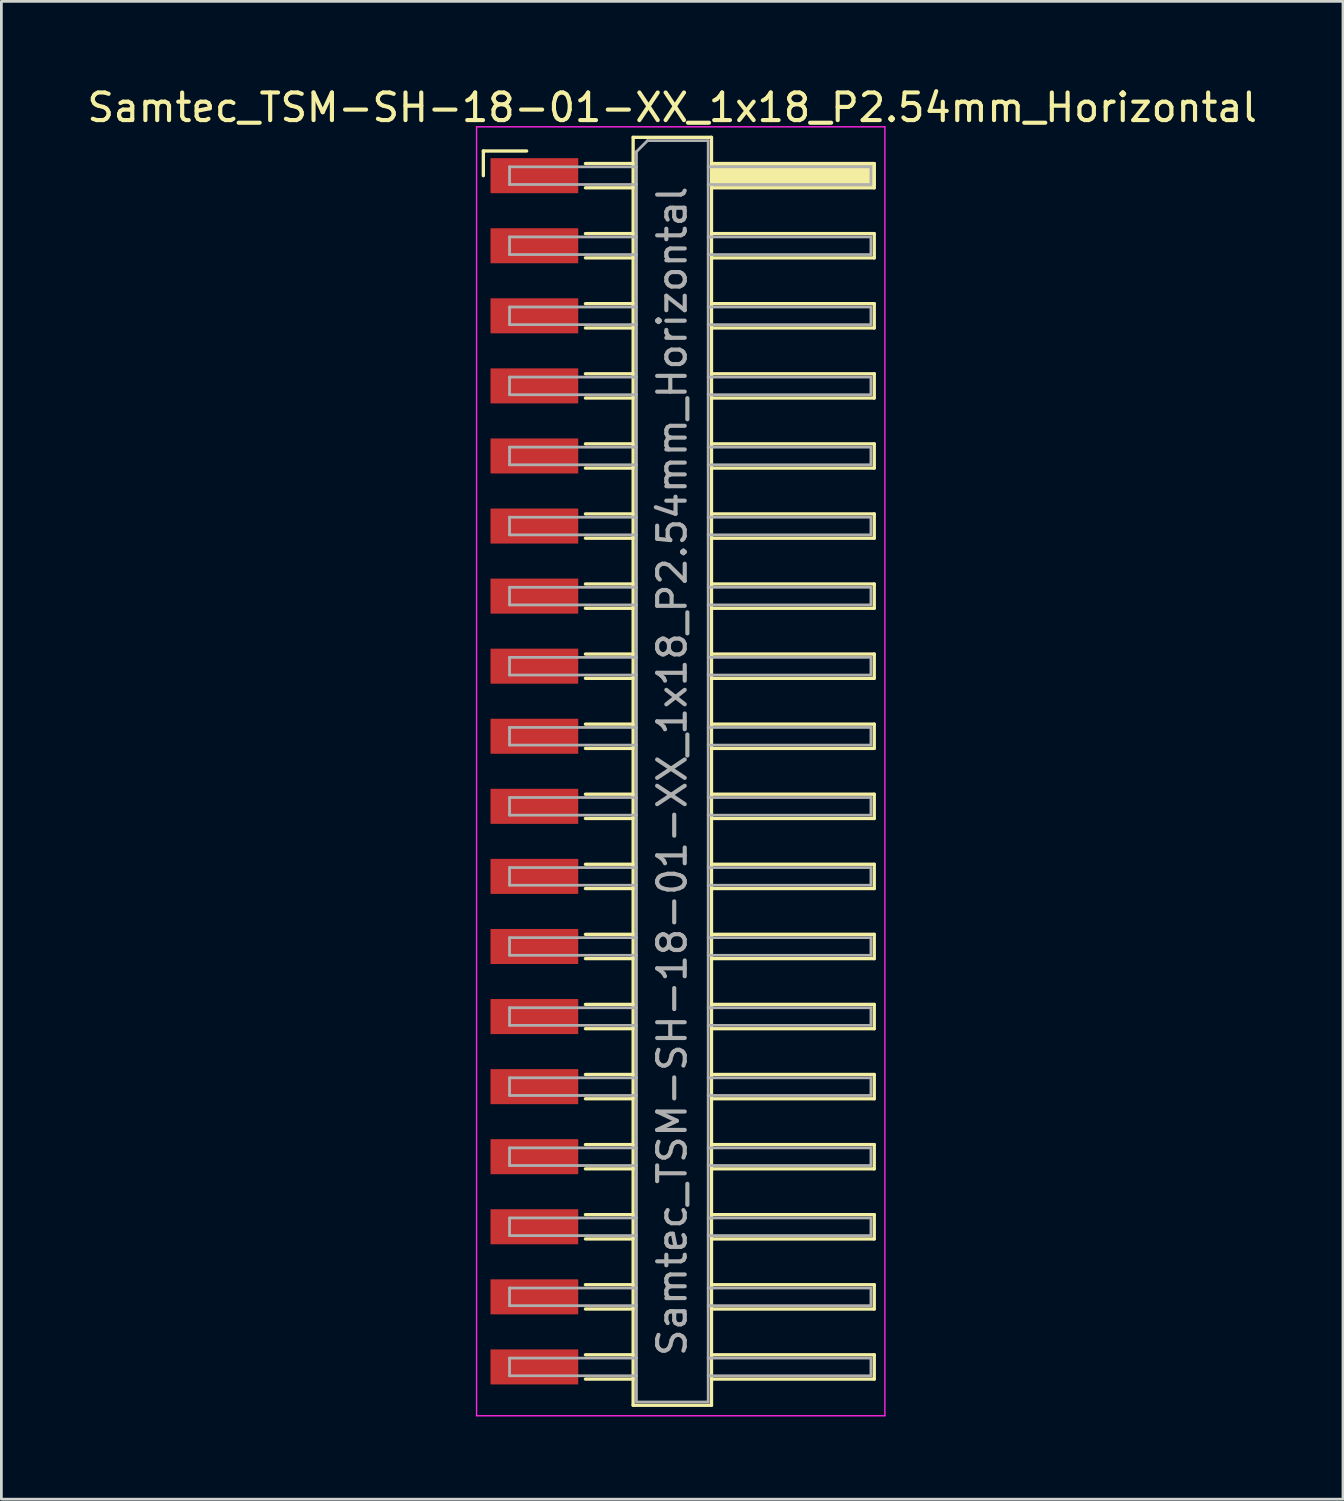
<source format=kicad_pcb>
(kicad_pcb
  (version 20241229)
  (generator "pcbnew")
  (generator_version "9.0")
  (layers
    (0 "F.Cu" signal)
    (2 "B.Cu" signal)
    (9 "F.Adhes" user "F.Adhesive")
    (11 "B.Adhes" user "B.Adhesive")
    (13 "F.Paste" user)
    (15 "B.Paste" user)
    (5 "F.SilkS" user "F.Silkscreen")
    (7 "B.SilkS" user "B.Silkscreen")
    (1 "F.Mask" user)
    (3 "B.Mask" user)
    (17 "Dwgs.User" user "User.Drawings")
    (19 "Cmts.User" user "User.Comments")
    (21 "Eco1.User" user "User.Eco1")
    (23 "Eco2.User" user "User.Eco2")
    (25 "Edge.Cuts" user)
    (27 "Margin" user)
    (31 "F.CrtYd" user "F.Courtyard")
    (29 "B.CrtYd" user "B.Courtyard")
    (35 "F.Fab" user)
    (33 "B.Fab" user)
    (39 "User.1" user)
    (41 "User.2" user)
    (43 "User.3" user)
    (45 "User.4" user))
  (footprint "Samtec_TSM-SH-18-01-XX_1x18_P2.54mm_Horizontal"
    (layer "F.Cu")
    (at 21.505 24.908)
    (property "Reference" "Samtec_TSM-SH-18-01-XX_1x18_P2.54mm_Horizontal" (at -0.19 -24.06 0) (layer "F.SilkS") (effects (font (size 1 1) (thickness 0.15))))
    (attr smd)
    (fp_line (start -7.035 -22.485) (end -5.465 -22.485) (stroke (width 0.12) (type solid)) (layer "F.SilkS"))
    (fp_line (start -7.035 -21.59) (end -7.035 -22.485) (stroke (width 0.12) (type solid)) (layer "F.SilkS"))
    (fp_line (start -3.335 -22.03) (end -1.605 -22.03) (stroke (width 0.12) (type solid)) (layer "F.SilkS"))
    (fp_line (start -3.335 -21.15) (end -1.605 -21.15) (stroke (width 0.12) (type solid)) (layer "F.SilkS"))
    (fp_line (start -3.335 -19.49) (end -1.605 -19.49) (stroke (width 0.12) (type solid)) (layer "F.SilkS"))
    (fp_line (start -3.335 -18.61) (end -1.605 -18.61) (stroke (width 0.12) (type solid)) (layer "F.SilkS"))
    (fp_line (start -3.335 -16.95) (end -1.605 -16.95) (stroke (width 0.12) (type solid)) (layer "F.SilkS"))
    (fp_line (start -3.335 -16.07) (end -1.605 -16.07) (stroke (width 0.12) (type solid)) (layer "F.SilkS"))
    (fp_line (start -3.335 -14.41) (end -1.605 -14.41) (stroke (width 0.12) (type solid)) (layer "F.SilkS"))
    (fp_line (start -3.335 -13.53) (end -1.605 -13.53) (stroke (width 0.12) (type solid)) (layer "F.SilkS"))
    (fp_line (start -3.335 -11.87) (end -1.605 -11.87) (stroke (width 0.12) (type solid)) (layer "F.SilkS"))
    (fp_line (start -3.335 -10.99) (end -1.605 -10.99) (stroke (width 0.12) (type solid)) (layer "F.SilkS"))
    (fp_line (start -3.335 -9.33) (end -1.605 -9.33) (stroke (width 0.12) (type solid)) (layer "F.SilkS"))
    (fp_line (start -3.335 -8.45) (end -1.605 -8.45) (stroke (width 0.12) (type solid)) (layer "F.SilkS"))
    (fp_line (start -3.335 -6.79) (end -1.605 -6.79) (stroke (width 0.12) (type solid)) (layer "F.SilkS"))
    (fp_line (start -3.335 -5.91) (end -1.605 -5.91) (stroke (width 0.12) (type solid)) (layer "F.SilkS"))
    (fp_line (start -3.335 -4.25) (end -1.605 -4.25) (stroke (width 0.12) (type solid)) (layer "F.SilkS"))
    (fp_line (start -3.335 -3.37) (end -1.605 -3.37) (stroke (width 0.12) (type solid)) (layer "F.SilkS"))
    (fp_line (start -3.335 -1.71) (end -1.605 -1.71) (stroke (width 0.12) (type solid)) (layer "F.SilkS"))
    (fp_line (start -3.335 -0.83) (end -1.605 -0.83) (stroke (width 0.12) (type solid)) (layer "F.SilkS"))
    (fp_line (start -3.335 0.83) (end -1.605 0.83) (stroke (width 0.12) (type solid)) (layer "F.SilkS"))
    (fp_line (start -3.335 1.71) (end -1.605 1.71) (stroke (width 0.12) (type solid)) (layer "F.SilkS"))
    (fp_line (start -3.335 3.37) (end -1.605 3.37) (stroke (width 0.12) (type solid)) (layer "F.SilkS"))
    (fp_line (start -3.335 4.25) (end -1.605 4.25) (stroke (width 0.12) (type solid)) (layer "F.SilkS"))
    (fp_line (start -3.335 5.91) (end -1.605 5.91) (stroke (width 0.12) (type solid)) (layer "F.SilkS"))
    (fp_line (start -3.335 6.79) (end -1.605 6.79) (stroke (width 0.12) (type solid)) (layer "F.SilkS"))
    (fp_line (start -3.335 8.45) (end -1.605 8.45) (stroke (width 0.12) (type solid)) (layer "F.SilkS"))
    (fp_line (start -3.335 9.33) (end -1.605 9.33) (stroke (width 0.12) (type solid)) (layer "F.SilkS"))
    (fp_line (start -3.335 10.99) (end -1.605 10.99) (stroke (width 0.12) (type solid)) (layer "F.SilkS"))
    (fp_line (start -3.335 11.87) (end -1.605 11.87) (stroke (width 0.12) (type solid)) (layer "F.SilkS"))
    (fp_line (start -3.335 13.53) (end -1.605 13.53) (stroke (width 0.12) (type solid)) (layer "F.SilkS"))
    (fp_line (start -3.335 14.41) (end -1.605 14.41) (stroke (width 0.12) (type solid)) (layer "F.SilkS"))
    (fp_line (start -3.335 16.07) (end -1.605 16.07) (stroke (width 0.12) (type solid)) (layer "F.SilkS"))
    (fp_line (start -3.335 16.95) (end -1.605 16.95) (stroke (width 0.12) (type solid)) (layer "F.SilkS"))
    (fp_line (start -3.335 18.61) (end -1.605 18.61) (stroke (width 0.12) (type solid)) (layer "F.SilkS"))
    (fp_line (start -3.335 19.49) (end -1.605 19.49) (stroke (width 0.12) (type solid)) (layer "F.SilkS"))
    (fp_line (start -3.335 21.15) (end -1.605 21.15) (stroke (width 0.12) (type solid)) (layer "F.SilkS"))
    (fp_line (start -3.335 22.03) (end -1.605 22.03) (stroke (width 0.12) (type solid)) (layer "F.SilkS"))
    (fp_line (start -1.605 -22.98) (end 1.235 -22.98) (stroke (width 0.12) (type solid)) (layer "F.SilkS"))
    (fp_line (start -1.605 22.98) (end -1.605 -22.98) (stroke (width 0.12) (type solid)) (layer "F.SilkS"))
    (fp_line (start 1.235 -22.98) (end 1.235 22.98) (stroke (width 0.12) (type solid)) (layer "F.SilkS"))
    (fp_line (start 1.235 -22.03) (end 7.135 -22.03) (stroke (width 0.12) (type solid)) (layer "F.SilkS"))
    (fp_line (start 1.235 -19.49) (end 7.135 -19.49) (stroke (width 0.12) (type solid)) (layer "F.SilkS"))
    (fp_line (start 1.235 -16.95) (end 7.135 -16.95) (stroke (width 0.12) (type solid)) (layer "F.SilkS"))
    (fp_line (start 1.235 -14.41) (end 7.135 -14.41) (stroke (width 0.12) (type solid)) (layer "F.SilkS"))
    (fp_line (start 1.235 -11.87) (end 7.135 -11.87) (stroke (width 0.12) (type solid)) (layer "F.SilkS"))
    (fp_line (start 1.235 -9.33) (end 7.135 -9.33) (stroke (width 0.12) (type solid)) (layer "F.SilkS"))
    (fp_line (start 1.235 -6.79) (end 7.135 -6.79) (stroke (width 0.12) (type solid)) (layer "F.SilkS"))
    (fp_line (start 1.235 -4.25) (end 7.135 -4.25) (stroke (width 0.12) (type solid)) (layer "F.SilkS"))
    (fp_line (start 1.235 -1.71) (end 7.135 -1.71) (stroke (width 0.12) (type solid)) (layer "F.SilkS"))
    (fp_line (start 1.235 0.83) (end 7.135 0.83) (stroke (width 0.12) (type solid)) (layer "F.SilkS"))
    (fp_line (start 1.235 3.37) (end 7.135 3.37) (stroke (width 0.12) (type solid)) (layer "F.SilkS"))
    (fp_line (start 1.235 5.91) (end 7.135 5.91) (stroke (width 0.12) (type solid)) (layer "F.SilkS"))
    (fp_line (start 1.235 8.45) (end 7.135 8.45) (stroke (width 0.12) (type solid)) (layer "F.SilkS"))
    (fp_line (start 1.235 10.99) (end 7.135 10.99) (stroke (width 0.12) (type solid)) (layer "F.SilkS"))
    (fp_line (start 1.235 13.53) (end 7.135 13.53) (stroke (width 0.12) (type solid)) (layer "F.SilkS"))
    (fp_line (start 1.235 16.07) (end 7.135 16.07) (stroke (width 0.12) (type solid)) (layer "F.SilkS"))
    (fp_line (start 1.235 18.61) (end 7.135 18.61) (stroke (width 0.12) (type solid)) (layer "F.SilkS"))
    (fp_line (start 1.235 21.15) (end 7.135 21.15) (stroke (width 0.12) (type solid)) (layer "F.SilkS"))
    (fp_line (start 1.235 22.98) (end -1.605 22.98) (stroke (width 0.12) (type solid)) (layer "F.SilkS"))
    (fp_line (start 7.135 -22.03) (end 7.135 -21.15) (stroke (width 0.12) (type solid)) (layer "F.SilkS"))
    (fp_line (start 7.135 -21.15) (end 1.235 -21.15) (stroke (width 0.12) (type solid)) (layer "F.SilkS"))
    (fp_line (start 7.135 -19.49) (end 7.135 -18.61) (stroke (width 0.12) (type solid)) (layer "F.SilkS"))
    (fp_line (start 7.135 -18.61) (end 1.235 -18.61) (stroke (width 0.12) (type solid)) (layer "F.SilkS"))
    (fp_line (start 7.135 -16.95) (end 7.135 -16.07) (stroke (width 0.12) (type solid)) (layer "F.SilkS"))
    (fp_line (start 7.135 -16.07) (end 1.235 -16.07) (stroke (width 0.12) (type solid)) (layer "F.SilkS"))
    (fp_line (start 7.135 -14.41) (end 7.135 -13.53) (stroke (width 0.12) (type solid)) (layer "F.SilkS"))
    (fp_line (start 7.135 -13.53) (end 1.235 -13.53) (stroke (width 0.12) (type solid)) (layer "F.SilkS"))
    (fp_line (start 7.135 -11.87) (end 7.135 -10.99) (stroke (width 0.12) (type solid)) (layer "F.SilkS"))
    (fp_line (start 7.135 -10.99) (end 1.235 -10.99) (stroke (width 0.12) (type solid)) (layer "F.SilkS"))
    (fp_line (start 7.135 -9.33) (end 7.135 -8.45) (stroke (width 0.12) (type solid)) (layer "F.SilkS"))
    (fp_line (start 7.135 -8.45) (end 1.235 -8.45) (stroke (width 0.12) (type solid)) (layer "F.SilkS"))
    (fp_line (start 7.135 -6.79) (end 7.135 -5.91) (stroke (width 0.12) (type solid)) (layer "F.SilkS"))
    (fp_line (start 7.135 -5.91) (end 1.235 -5.91) (stroke (width 0.12) (type solid)) (layer "F.SilkS"))
    (fp_line (start 7.135 -4.25) (end 7.135 -3.37) (stroke (width 0.12) (type solid)) (layer "F.SilkS"))
    (fp_line (start 7.135 -3.37) (end 1.235 -3.37) (stroke (width 0.12) (type solid)) (layer "F.SilkS"))
    (fp_line (start 7.135 -1.71) (end 7.135 -0.83) (stroke (width 0.12) (type solid)) (layer "F.SilkS"))
    (fp_line (start 7.135 -0.83) (end 1.235 -0.83) (stroke (width 0.12) (type solid)) (layer "F.SilkS"))
    (fp_line (start 7.135 0.83) (end 7.135 1.71) (stroke (width 0.12) (type solid)) (layer "F.SilkS"))
    (fp_line (start 7.135 1.71) (end 1.235 1.71) (stroke (width 0.12) (type solid)) (layer "F.SilkS"))
    (fp_line (start 7.135 3.37) (end 7.135 4.25) (stroke (width 0.12) (type solid)) (layer "F.SilkS"))
    (fp_line (start 7.135 4.25) (end 1.235 4.25) (stroke (width 0.12) (type solid)) (layer "F.SilkS"))
    (fp_line (start 7.135 5.91) (end 7.135 6.79) (stroke (width 0.12) (type solid)) (layer "F.SilkS"))
    (fp_line (start 7.135 6.79) (end 1.235 6.79) (stroke (width 0.12) (type solid)) (layer "F.SilkS"))
    (fp_line (start 7.135 8.45) (end 7.135 9.33) (stroke (width 0.12) (type solid)) (layer "F.SilkS"))
    (fp_line (start 7.135 9.33) (end 1.235 9.33) (stroke (width 0.12) (type solid)) (layer "F.SilkS"))
    (fp_line (start 7.135 10.99) (end 7.135 11.87) (stroke (width 0.12) (type solid)) (layer "F.SilkS"))
    (fp_line (start 7.135 11.87) (end 1.235 11.87) (stroke (width 0.12) (type solid)) (layer "F.SilkS"))
    (fp_line (start 7.135 13.53) (end 7.135 14.41) (stroke (width 0.12) (type solid)) (layer "F.SilkS"))
    (fp_line (start 7.135 14.41) (end 1.235 14.41) (stroke (width 0.12) (type solid)) (layer "F.SilkS"))
    (fp_line (start 7.135 16.07) (end 7.135 16.95) (stroke (width 0.12) (type solid)) (layer "F.SilkS"))
    (fp_line (start 7.135 16.95) (end 1.235 16.95) (stroke (width 0.12) (type solid)) (layer "F.SilkS"))
    (fp_line (start 7.135 18.61) (end 7.135 19.49) (stroke (width 0.12) (type solid)) (layer "F.SilkS"))
    (fp_line (start 7.135 19.49) (end 1.235 19.49) (stroke (width 0.12) (type solid)) (layer "F.SilkS"))
    (fp_line (start 7.135 21.15) (end 7.135 22.03) (stroke (width 0.12) (type solid)) (layer "F.SilkS"))
    (fp_line (start 7.135 22.03) (end 1.235 22.03) (stroke (width 0.12) (type solid)) (layer "F.SilkS"))
    (fp_line (start -7.28 -23.36) (end 7.52 -23.36) (stroke (width 0.05) (type solid)) (layer "F.CrtYd"))
    (fp_line (start -7.28 23.36) (end -7.28 -23.36) (stroke (width 0.05) (type solid)) (layer "F.CrtYd"))
    (fp_line (start 7.52 -23.36) (end 7.52 23.36) (stroke (width 0.05) (type solid)) (layer "F.CrtYd"))
    (fp_line (start 7.52 23.36) (end -7.28 23.36) (stroke (width 0.05) (type solid)) (layer "F.CrtYd"))
    (fp_line (start -6.085 -21.91) (end -6.085 -21.27) (stroke (width 0.1) (type solid)) (layer "F.Fab"))
    (fp_line (start -6.085 -21.27) (end -1.485 -21.27) (stroke (width 0.1) (type solid)) (layer "F.Fab"))
    (fp_line (start -6.085 -19.37) (end -6.085 -18.73) (stroke (width 0.1) (type solid)) (layer "F.Fab"))
    (fp_line (start -6.085 -18.73) (end -1.485 -18.73) (stroke (width 0.1) (type solid)) (layer "F.Fab"))
    (fp_line (start -6.085 -16.83) (end -6.085 -16.19) (stroke (width 0.1) (type solid)) (layer "F.Fab"))
    (fp_line (start -6.085 -16.19) (end -1.485 -16.19) (stroke (width 0.1) (type solid)) (layer "F.Fab"))
    (fp_line (start -6.085 -14.29) (end -6.085 -13.65) (stroke (width 0.1) (type solid)) (layer "F.Fab"))
    (fp_line (start -6.085 -13.65) (end -1.485 -13.65) (stroke (width 0.1) (type solid)) (layer "F.Fab"))
    (fp_line (start -6.085 -11.75) (end -6.085 -11.11) (stroke (width 0.1) (type solid)) (layer "F.Fab"))
    (fp_line (start -6.085 -11.11) (end -1.485 -11.11) (stroke (width 0.1) (type solid)) (layer "F.Fab"))
    (fp_line (start -6.085 -9.21) (end -6.085 -8.57) (stroke (width 0.1) (type solid)) (layer "F.Fab"))
    (fp_line (start -6.085 -8.57) (end -1.485 -8.57) (stroke (width 0.1) (type solid)) (layer "F.Fab"))
    (fp_line (start -6.085 -6.67) (end -6.085 -6.03) (stroke (width 0.1) (type solid)) (layer "F.Fab"))
    (fp_line (start -6.085 -6.03) (end -1.485 -6.03) (stroke (width 0.1) (type solid)) (layer "F.Fab"))
    (fp_line (start -6.085 -4.13) (end -6.085 -3.49) (stroke (width 0.1) (type solid)) (layer "F.Fab"))
    (fp_line (start -6.085 -3.49) (end -1.485 -3.49) (stroke (width 0.1) (type solid)) (layer "F.Fab"))
    (fp_line (start -6.085 -1.59) (end -6.085 -0.95) (stroke (width 0.1) (type solid)) (layer "F.Fab"))
    (fp_line (start -6.085 -0.95) (end -1.485 -0.95) (stroke (width 0.1) (type solid)) (layer "F.Fab"))
    (fp_line (start -6.085 0.95) (end -6.085 1.59) (stroke (width 0.1) (type solid)) (layer "F.Fab"))
    (fp_line (start -6.085 1.59) (end -1.485 1.59) (stroke (width 0.1) (type solid)) (layer "F.Fab"))
    (fp_line (start -6.085 3.49) (end -6.085 4.13) (stroke (width 0.1) (type solid)) (layer "F.Fab"))
    (fp_line (start -6.085 4.13) (end -1.485 4.13) (stroke (width 0.1) (type solid)) (layer "F.Fab"))
    (fp_line (start -6.085 6.03) (end -6.085 6.67) (stroke (width 0.1) (type solid)) (layer "F.Fab"))
    (fp_line (start -6.085 6.67) (end -1.485 6.67) (stroke (width 0.1) (type solid)) (layer "F.Fab"))
    (fp_line (start -6.085 8.57) (end -6.085 9.21) (stroke (width 0.1) (type solid)) (layer "F.Fab"))
    (fp_line (start -6.085 9.21) (end -1.485 9.21) (stroke (width 0.1) (type solid)) (layer "F.Fab"))
    (fp_line (start -6.085 11.11) (end -6.085 11.75) (stroke (width 0.1) (type solid)) (layer "F.Fab"))
    (fp_line (start -6.085 11.75) (end -1.485 11.75) (stroke (width 0.1) (type solid)) (layer "F.Fab"))
    (fp_line (start -6.085 13.65) (end -6.085 14.29) (stroke (width 0.1) (type solid)) (layer "F.Fab"))
    (fp_line (start -6.085 14.29) (end -1.485 14.29) (stroke (width 0.1) (type solid)) (layer "F.Fab"))
    (fp_line (start -6.085 16.19) (end -6.085 16.83) (stroke (width 0.1) (type solid)) (layer "F.Fab"))
    (fp_line (start -6.085 16.83) (end -1.485 16.83) (stroke (width 0.1) (type solid)) (layer "F.Fab"))
    (fp_line (start -6.085 18.73) (end -6.085 19.37) (stroke (width 0.1) (type solid)) (layer "F.Fab"))
    (fp_line (start -6.085 19.37) (end -1.485 19.37) (stroke (width 0.1) (type solid)) (layer "F.Fab"))
    (fp_line (start -6.085 21.27) (end -6.085 21.91) (stroke (width 0.1) (type solid)) (layer "F.Fab"))
    (fp_line (start -6.085 21.91) (end -1.485 21.91) (stroke (width 0.1) (type solid)) (layer "F.Fab"))
    (fp_line (start -1.485 -22.46) (end -1.085 -22.86) (stroke (width 0.1) (type solid)) (layer "F.Fab"))
    (fp_line (start -1.485 -21.91) (end -6.085 -21.91) (stroke (width 0.1) (type solid)) (layer "F.Fab"))
    (fp_line (start -1.485 -19.37) (end -6.085 -19.37) (stroke (width 0.1) (type solid)) (layer "F.Fab"))
    (fp_line (start -1.485 -16.83) (end -6.085 -16.83) (stroke (width 0.1) (type solid)) (layer "F.Fab"))
    (fp_line (start -1.485 -14.29) (end -6.085 -14.29) (stroke (width 0.1) (type solid)) (layer "F.Fab"))
    (fp_line (start -1.485 -11.75) (end -6.085 -11.75) (stroke (width 0.1) (type solid)) (layer "F.Fab"))
    (fp_line (start -1.485 -9.21) (end -6.085 -9.21) (stroke (width 0.1) (type solid)) (layer "F.Fab"))
    (fp_line (start -1.485 -6.67) (end -6.085 -6.67) (stroke (width 0.1) (type solid)) (layer "F.Fab"))
    (fp_line (start -1.485 -4.13) (end -6.085 -4.13) (stroke (width 0.1) (type solid)) (layer "F.Fab"))
    (fp_line (start -1.485 -1.59) (end -6.085 -1.59) (stroke (width 0.1) (type solid)) (layer "F.Fab"))
    (fp_line (start -1.485 0.95) (end -6.085 0.95) (stroke (width 0.1) (type solid)) (layer "F.Fab"))
    (fp_line (start -1.485 3.49) (end -6.085 3.49) (stroke (width 0.1) (type solid)) (layer "F.Fab"))
    (fp_line (start -1.485 6.03) (end -6.085 6.03) (stroke (width 0.1) (type solid)) (layer "F.Fab"))
    (fp_line (start -1.485 8.57) (end -6.085 8.57) (stroke (width 0.1) (type solid)) (layer "F.Fab"))
    (fp_line (start -1.485 11.11) (end -6.085 11.11) (stroke (width 0.1) (type solid)) (layer "F.Fab"))
    (fp_line (start -1.485 13.65) (end -6.085 13.65) (stroke (width 0.1) (type solid)) (layer "F.Fab"))
    (fp_line (start -1.485 16.19) (end -6.085 16.19) (stroke (width 0.1) (type solid)) (layer "F.Fab"))
    (fp_line (start -1.485 18.73) (end -6.085 18.73) (stroke (width 0.1) (type solid)) (layer "F.Fab"))
    (fp_line (start -1.485 21.27) (end -6.085 21.27) (stroke (width 0.1) (type solid)) (layer "F.Fab"))
    (fp_line (start -1.485 22.86) (end -1.485 -22.46) (stroke (width 0.1) (type solid)) (layer "F.Fab"))
    (fp_line (start -1.085 -22.86) (end 1.115 -22.86) (stroke (width 0.1) (type solid)) (layer "F.Fab"))
    (fp_line (start 1.115 -22.86) (end 1.115 22.86) (stroke (width 0.1) (type solid)) (layer "F.Fab"))
    (fp_line (start 1.115 -21.91) (end 7.015 -21.91) (stroke (width 0.1) (type solid)) (layer "F.Fab"))
    (fp_line (start 1.115 -19.37) (end 7.015 -19.37) (stroke (width 0.1) (type solid)) (layer "F.Fab"))
    (fp_line (start 1.115 -16.83) (end 7.015 -16.83) (stroke (width 0.1) (type solid)) (layer "F.Fab"))
    (fp_line (start 1.115 -14.29) (end 7.015 -14.29) (stroke (width 0.1) (type solid)) (layer "F.Fab"))
    (fp_line (start 1.115 -11.75) (end 7.015 -11.75) (stroke (width 0.1) (type solid)) (layer "F.Fab"))
    (fp_line (start 1.115 -9.21) (end 7.015 -9.21) (stroke (width 0.1) (type solid)) (layer "F.Fab"))
    (fp_line (start 1.115 -6.67) (end 7.015 -6.67) (stroke (width 0.1) (type solid)) (layer "F.Fab"))
    (fp_line (start 1.115 -4.13) (end 7.015 -4.13) (stroke (width 0.1) (type solid)) (layer "F.Fab"))
    (fp_line (start 1.115 -1.59) (end 7.015 -1.59) (stroke (width 0.1) (type solid)) (layer "F.Fab"))
    (fp_line (start 1.115 0.95) (end 7.015 0.95) (stroke (width 0.1) (type solid)) (layer "F.Fab"))
    (fp_line (start 1.115 3.49) (end 7.015 3.49) (stroke (width 0.1) (type solid)) (layer "F.Fab"))
    (fp_line (start 1.115 6.03) (end 7.015 6.03) (stroke (width 0.1) (type solid)) (layer "F.Fab"))
    (fp_line (start 1.115 8.57) (end 7.015 8.57) (stroke (width 0.1) (type solid)) (layer "F.Fab"))
    (fp_line (start 1.115 11.11) (end 7.015 11.11) (stroke (width 0.1) (type solid)) (layer "F.Fab"))
    (fp_line (start 1.115 13.65) (end 7.015 13.65) (stroke (width 0.1) (type solid)) (layer "F.Fab"))
    (fp_line (start 1.115 16.19) (end 7.015 16.19) (stroke (width 0.1) (type solid)) (layer "F.Fab"))
    (fp_line (start 1.115 18.73) (end 7.015 18.73) (stroke (width 0.1) (type solid)) (layer "F.Fab"))
    (fp_line (start 1.115 21.27) (end 7.015 21.27) (stroke (width 0.1) (type solid)) (layer "F.Fab"))
    (fp_line (start 1.115 22.86) (end -1.485 22.86) (stroke (width 0.1) (type solid)) (layer "F.Fab"))
    (fp_line (start 7.015 -21.91) (end 7.015 -21.27) (stroke (width 0.1) (type solid)) (layer "F.Fab"))
    (fp_line (start 7.015 -21.27) (end 1.115 -21.27) (stroke (width 0.1) (type solid)) (layer "F.Fab"))
    (fp_line (start 7.015 -19.37) (end 7.015 -18.73) (stroke (width 0.1) (type solid)) (layer "F.Fab"))
    (fp_line (start 7.015 -18.73) (end 1.115 -18.73) (stroke (width 0.1) (type solid)) (layer "F.Fab"))
    (fp_line (start 7.015 -16.83) (end 7.015 -16.19) (stroke (width 0.1) (type solid)) (layer "F.Fab"))
    (fp_line (start 7.015 -16.19) (end 1.115 -16.19) (stroke (width 0.1) (type solid)) (layer "F.Fab"))
    (fp_line (start 7.015 -14.29) (end 7.015 -13.65) (stroke (width 0.1) (type solid)) (layer "F.Fab"))
    (fp_line (start 7.015 -13.65) (end 1.115 -13.65) (stroke (width 0.1) (type solid)) (layer "F.Fab"))
    (fp_line (start 7.015 -11.75) (end 7.015 -11.11) (stroke (width 0.1) (type solid)) (layer "F.Fab"))
    (fp_line (start 7.015 -11.11) (end 1.115 -11.11) (stroke (width 0.1) (type solid)) (layer "F.Fab"))
    (fp_line (start 7.015 -9.21) (end 7.015 -8.57) (stroke (width 0.1) (type solid)) (layer "F.Fab"))
    (fp_line (start 7.015 -8.57) (end 1.115 -8.57) (stroke (width 0.1) (type solid)) (layer "F.Fab"))
    (fp_line (start 7.015 -6.67) (end 7.015 -6.03) (stroke (width 0.1) (type solid)) (layer "F.Fab"))
    (fp_line (start 7.015 -6.03) (end 1.115 -6.03) (stroke (width 0.1) (type solid)) (layer "F.Fab"))
    (fp_line (start 7.015 -4.13) (end 7.015 -3.49) (stroke (width 0.1) (type solid)) (layer "F.Fab"))
    (fp_line (start 7.015 -3.49) (end 1.115 -3.49) (stroke (width 0.1) (type solid)) (layer "F.Fab"))
    (fp_line (start 7.015 -1.59) (end 7.015 -0.95) (stroke (width 0.1) (type solid)) (layer "F.Fab"))
    (fp_line (start 7.015 -0.95) (end 1.115 -0.95) (stroke (width 0.1) (type solid)) (layer "F.Fab"))
    (fp_line (start 7.015 0.95) (end 7.015 1.59) (stroke (width 0.1) (type solid)) (layer "F.Fab"))
    (fp_line (start 7.015 1.59) (end 1.115 1.59) (stroke (width 0.1) (type solid)) (layer "F.Fab"))
    (fp_line (start 7.015 3.49) (end 7.015 4.13) (stroke (width 0.1) (type solid)) (layer "F.Fab"))
    (fp_line (start 7.015 4.13) (end 1.115 4.13) (stroke (width 0.1) (type solid)) (layer "F.Fab"))
    (fp_line (start 7.015 6.03) (end 7.015 6.67) (stroke (width 0.1) (type solid)) (layer "F.Fab"))
    (fp_line (start 7.015 6.67) (end 1.115 6.67) (stroke (width 0.1) (type solid)) (layer "F.Fab"))
    (fp_line (start 7.015 8.57) (end 7.015 9.21) (stroke (width 0.1) (type solid)) (layer "F.Fab"))
    (fp_line (start 7.015 9.21) (end 1.115 9.21) (stroke (width 0.1) (type solid)) (layer "F.Fab"))
    (fp_line (start 7.015 11.11) (end 7.015 11.75) (stroke (width 0.1) (type solid)) (layer "F.Fab"))
    (fp_line (start 7.015 11.75) (end 1.115 11.75) (stroke (width 0.1) (type solid)) (layer "F.Fab"))
    (fp_line (start 7.015 13.65) (end 7.015 14.29) (stroke (width 0.1) (type solid)) (layer "F.Fab"))
    (fp_line (start 7.015 14.29) (end 1.115 14.29) (stroke (width 0.1) (type solid)) (layer "F.Fab"))
    (fp_line (start 7.015 16.19) (end 7.015 16.83) (stroke (width 0.1) (type solid)) (layer "F.Fab"))
    (fp_line (start 7.015 16.83) (end 1.115 16.83) (stroke (width 0.1) (type solid)) (layer "F.Fab"))
    (fp_line (start 7.015 18.73) (end 7.015 19.37) (stroke (width 0.1) (type solid)) (layer "F.Fab"))
    (fp_line (start 7.015 19.37) (end 1.115 19.37) (stroke (width 0.1) (type solid)) (layer "F.Fab"))
    (fp_line (start 7.015 21.27) (end 7.015 21.91) (stroke (width 0.1) (type solid)) (layer "F.Fab"))
    (fp_line (start 7.015 21.91) (end 1.115 21.91) (stroke (width 0.1) (type solid)) (layer "F.Fab"))
    (fp_text user "${REFERENCE}" (at -0.19 0 90) (layer "F.Fab") (effects (font (size 1 1) (thickness 0.15))))
    (pad "" smd rect (at 4.185 -21.59) (size 6 0.76) (layers "F.SilkS"))
    (pad "1" smd rect (at -5.185 -21.59) (size 3.18 1.27) (layers "F.Cu" "F.Mask" "F.Paste"))
    (pad "2" smd rect (at -5.185 -19.05) (size 3.18 1.27) (layers "F.Cu" "F.Mask" "F.Paste"))
    (pad "3" smd rect (at -5.185 -16.51) (size 3.18 1.27) (layers "F.Cu" "F.Mask" "F.Paste"))
    (pad "4" smd rect (at -5.185 -13.97) (size 3.18 1.27) (layers "F.Cu" "F.Mask" "F.Paste"))
    (pad "5" smd rect (at -5.185 -11.43) (size 3.18 1.27) (layers "F.Cu" "F.Mask" "F.Paste"))
    (pad "6" smd rect (at -5.185 -8.89) (size 3.18 1.27) (layers "F.Cu" "F.Mask" "F.Paste"))
    (pad "7" smd rect (at -5.185 -6.35) (size 3.18 1.27) (layers "F.Cu" "F.Mask" "F.Paste"))
    (pad "8" smd rect (at -5.185 -3.81) (size 3.18 1.27) (layers "F.Cu" "F.Mask" "F.Paste"))
    (pad "9" smd rect (at -5.185 -1.27) (size 3.18 1.27) (layers "F.Cu" "F.Mask" "F.Paste"))
    (pad "10" smd rect (at -5.185 1.27) (size 3.18 1.27) (layers "F.Cu" "F.Mask" "F.Paste"))
    (pad "11" smd rect (at -5.185 3.81) (size 3.18 1.27) (layers "F.Cu" "F.Mask" "F.Paste"))
    (pad "12" smd rect (at -5.185 6.35) (size 3.18 1.27) (layers "F.Cu" "F.Mask" "F.Paste"))
    (pad "13" smd rect (at -5.185 8.89) (size 3.18 1.27) (layers "F.Cu" "F.Mask" "F.Paste"))
    (pad "14" smd rect (at -5.185 11.43) (size 3.18 1.27) (layers "F.Cu" "F.Mask" "F.Paste"))
    (pad "15" smd rect (at -5.185 13.97) (size 3.18 1.27) (layers "F.Cu" "F.Mask" "F.Paste"))
    (pad "16" smd rect (at -5.185 16.51) (size 3.18 1.27) (layers "F.Cu" "F.Mask" "F.Paste"))
    (pad "17" smd rect (at -5.185 19.05) (size 3.18 1.27) (layers "F.Cu" "F.Mask" "F.Paste"))
    (pad "18" smd rect (at -5.185 21.59) (size 3.18 1.27) (layers "F.Cu" "F.Mask" "F.Paste")))
  (gr_rect
    (start -3 -3)
    (end 45.631 51.293)
    (stroke (width 0.1) (type default))
    (fill no)
    (layer "Edge.Cuts")))
</source>
